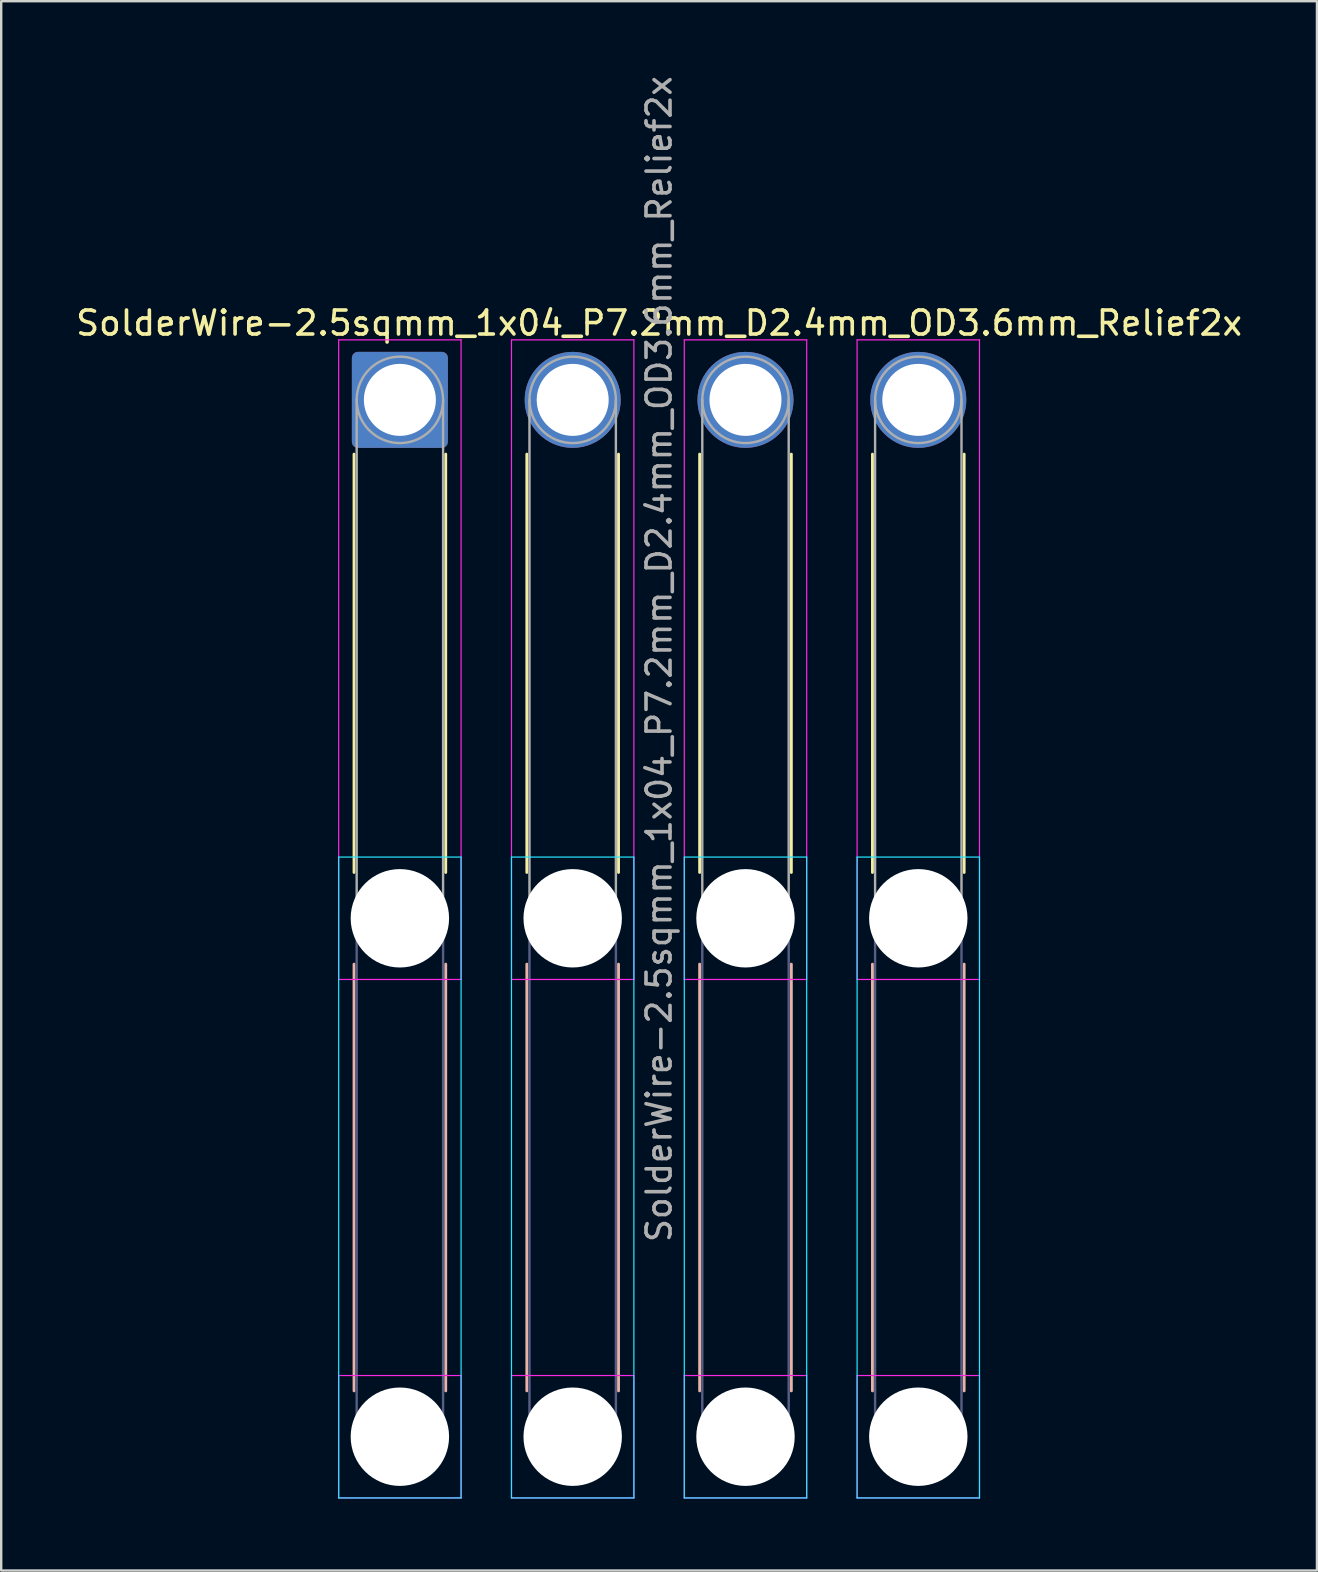
<source format=kicad_pcb>
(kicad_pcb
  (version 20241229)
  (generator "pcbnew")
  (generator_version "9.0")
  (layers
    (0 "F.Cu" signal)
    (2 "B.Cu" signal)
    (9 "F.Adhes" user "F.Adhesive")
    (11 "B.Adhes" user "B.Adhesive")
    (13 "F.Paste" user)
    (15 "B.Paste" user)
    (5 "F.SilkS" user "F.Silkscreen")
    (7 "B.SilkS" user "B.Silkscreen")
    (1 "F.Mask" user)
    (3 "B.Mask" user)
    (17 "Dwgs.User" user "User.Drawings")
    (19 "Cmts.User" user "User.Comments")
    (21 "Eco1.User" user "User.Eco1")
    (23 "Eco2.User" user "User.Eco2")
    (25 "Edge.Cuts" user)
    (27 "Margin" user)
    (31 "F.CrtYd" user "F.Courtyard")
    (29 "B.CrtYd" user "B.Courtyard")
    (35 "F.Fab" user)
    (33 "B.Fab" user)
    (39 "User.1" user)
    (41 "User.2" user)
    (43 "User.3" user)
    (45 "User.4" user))
  (footprint "SolderWire-2.5sqmm_1x04_P7.2mm_D2.4mm_OD3.6mm_Relief2x"
    (layer "F.Cu")
    (at 13.611 13.611)
    (property "Reference" "SolderWire-2.5sqmm_1x04_P7.2mm_D2.4mm_OD3.6mm_Relief2x" (at 10.8 -3.2 0) (layer "F.SilkS") (effects (font (size 1 1) (thickness 0.15))))
    (attr exclude_from_pos_files exclude_from_bom)
    (fp_line (start -1.91 2.26) (end -1.91 19.69) (stroke (width 0.12) (type solid)) (layer "F.SilkS"))
    (fp_line (start 1.91 2.26) (end 1.91 19.69) (stroke (width 0.12) (type solid)) (layer "F.SilkS"))
    (fp_line (start 5.29 2.26) (end 5.29 19.69) (stroke (width 0.12) (type solid)) (layer "F.SilkS"))
    (fp_line (start 9.11 2.26) (end 9.11 19.69) (stroke (width 0.12) (type solid)) (layer "F.SilkS"))
    (fp_line (start 12.49 2.26) (end 12.49 19.69) (stroke (width 0.12) (type solid)) (layer "F.SilkS"))
    (fp_line (start 16.31 2.26) (end 16.31 19.69) (stroke (width 0.12) (type solid)) (layer "F.SilkS"))
    (fp_line (start 19.69 2.26) (end 19.69 19.69) (stroke (width 0.12) (type solid)) (layer "F.SilkS"))
    (fp_line (start 23.51 2.26) (end 23.51 19.69) (stroke (width 0.12) (type solid)) (layer "F.SilkS"))
    (fp_line (start -1.91 23.51) (end -1.91 41.29) (stroke (width 0.12) (type solid)) (layer "B.SilkS"))
    (fp_line (start 1.91 23.51) (end 1.91 41.29) (stroke (width 0.12) (type solid)) (layer "B.SilkS"))
    (fp_line (start 5.29 23.51) (end 5.29 41.29) (stroke (width 0.12) (type solid)) (layer "B.SilkS"))
    (fp_line (start 9.11 23.51) (end 9.11 41.29) (stroke (width 0.12) (type solid)) (layer "B.SilkS"))
    (fp_line (start 12.49 23.51) (end 12.49 41.29) (stroke (width 0.12) (type solid)) (layer "B.SilkS"))
    (fp_line (start 16.31 23.51) (end 16.31 41.29) (stroke (width 0.12) (type solid)) (layer "B.SilkS"))
    (fp_line (start 19.69 23.51) (end 19.69 41.29) (stroke (width 0.12) (type solid)) (layer "B.SilkS"))
    (fp_line (start 23.51 23.51) (end 23.51 41.29) (stroke (width 0.12) (type solid)) (layer "B.SilkS"))
    (fp_line (start -2.55 19.05) (end -2.55 45.75) (stroke (width 0.05) (type solid)) (layer "B.CrtYd"))
    (fp_line (start -2.55 45.75) (end 2.55 45.75) (stroke (width 0.05) (type solid)) (layer "B.CrtYd"))
    (fp_line (start 2.55 19.05) (end -2.55 19.05) (stroke (width 0.05) (type solid)) (layer "B.CrtYd"))
    (fp_line (start 2.55 45.75) (end 2.55 19.05) (stroke (width 0.05) (type solid)) (layer "B.CrtYd"))
    (fp_line (start 4.65 19.05) (end 4.65 45.75) (stroke (width 0.05) (type solid)) (layer "B.CrtYd"))
    (fp_line (start 4.65 45.75) (end 9.75 45.75) (stroke (width 0.05) (type solid)) (layer "B.CrtYd"))
    (fp_line (start 9.75 19.05) (end 4.65 19.05) (stroke (width 0.05) (type solid)) (layer "B.CrtYd"))
    (fp_line (start 9.75 45.75) (end 9.75 19.05) (stroke (width 0.05) (type solid)) (layer "B.CrtYd"))
    (fp_line (start 11.85 19.05) (end 11.85 45.75) (stroke (width 0.05) (type solid)) (layer "B.CrtYd"))
    (fp_line (start 11.85 45.75) (end 16.95 45.75) (stroke (width 0.05) (type solid)) (layer "B.CrtYd"))
    (fp_line (start 16.95 19.05) (end 11.85 19.05) (stroke (width 0.05) (type solid)) (layer "B.CrtYd"))
    (fp_line (start 16.95 45.75) (end 16.95 19.05) (stroke (width 0.05) (type solid)) (layer "B.CrtYd"))
    (fp_line (start 19.05 19.05) (end 19.05 45.75) (stroke (width 0.05) (type solid)) (layer "B.CrtYd"))
    (fp_line (start 19.05 45.75) (end 24.15 45.75) (stroke (width 0.05) (type solid)) (layer "B.CrtYd"))
    (fp_line (start 24.15 19.05) (end 19.05 19.05) (stroke (width 0.05) (type solid)) (layer "B.CrtYd"))
    (fp_line (start 24.15 45.75) (end 24.15 19.05) (stroke (width 0.05) (type solid)) (layer "B.CrtYd"))
    (fp_line (start -2.55 -2.5) (end -2.55 24.15) (stroke (width 0.05) (type solid)) (layer "F.CrtYd"))
    (fp_line (start -2.55 24.15) (end 2.55 24.15) (stroke (width 0.05) (type solid)) (layer "F.CrtYd"))
    (fp_line (start -2.55 40.65) (end -2.55 45.75) (stroke (width 0.05) (type solid)) (layer "F.CrtYd"))
    (fp_line (start -2.55 45.75) (end 2.55 45.75) (stroke (width 0.05) (type solid)) (layer "F.CrtYd"))
    (fp_line (start 2.55 -2.5) (end -2.55 -2.5) (stroke (width 0.05) (type solid)) (layer "F.CrtYd"))
    (fp_line (start 2.55 24.15) (end 2.55 -2.5) (stroke (width 0.05) (type solid)) (layer "F.CrtYd"))
    (fp_line (start 2.55 40.65) (end -2.55 40.65) (stroke (width 0.05) (type solid)) (layer "F.CrtYd"))
    (fp_line (start 2.55 45.75) (end 2.55 40.65) (stroke (width 0.05) (type solid)) (layer "F.CrtYd"))
    (fp_line (start 4.65 -2.5) (end 4.65 24.15) (stroke (width 0.05) (type solid)) (layer "F.CrtYd"))
    (fp_line (start 4.65 24.15) (end 9.75 24.15) (stroke (width 0.05) (type solid)) (layer "F.CrtYd"))
    (fp_line (start 4.65 40.65) (end 4.65 45.75) (stroke (width 0.05) (type solid)) (layer "F.CrtYd"))
    (fp_line (start 4.65 45.75) (end 9.75 45.75) (stroke (width 0.05) (type solid)) (layer "F.CrtYd"))
    (fp_line (start 9.75 -2.5) (end 4.65 -2.5) (stroke (width 0.05) (type solid)) (layer "F.CrtYd"))
    (fp_line (start 9.75 24.15) (end 9.75 -2.5) (stroke (width 0.05) (type solid)) (layer "F.CrtYd"))
    (fp_line (start 9.75 40.65) (end 4.65 40.65) (stroke (width 0.05) (type solid)) (layer "F.CrtYd"))
    (fp_line (start 9.75 45.75) (end 9.75 40.65) (stroke (width 0.05) (type solid)) (layer "F.CrtYd"))
    (fp_line (start 11.85 -2.5) (end 11.85 24.15) (stroke (width 0.05) (type solid)) (layer "F.CrtYd"))
    (fp_line (start 11.85 24.15) (end 16.95 24.15) (stroke (width 0.05) (type solid)) (layer "F.CrtYd"))
    (fp_line (start 11.85 40.65) (end 11.85 45.75) (stroke (width 0.05) (type solid)) (layer "F.CrtYd"))
    (fp_line (start 11.85 45.75) (end 16.95 45.75) (stroke (width 0.05) (type solid)) (layer "F.CrtYd"))
    (fp_line (start 16.95 -2.5) (end 11.85 -2.5) (stroke (width 0.05) (type solid)) (layer "F.CrtYd"))
    (fp_line (start 16.95 24.15) (end 16.95 -2.5) (stroke (width 0.05) (type solid)) (layer "F.CrtYd"))
    (fp_line (start 16.95 40.65) (end 11.85 40.65) (stroke (width 0.05) (type solid)) (layer "F.CrtYd"))
    (fp_line (start 16.95 45.75) (end 16.95 40.65) (stroke (width 0.05) (type solid)) (layer "F.CrtYd"))
    (fp_line (start 19.05 -2.5) (end 19.05 24.15) (stroke (width 0.05) (type solid)) (layer "F.CrtYd"))
    (fp_line (start 19.05 24.15) (end 24.15 24.15) (stroke (width 0.05) (type solid)) (layer "F.CrtYd"))
    (fp_line (start 19.05 40.65) (end 19.05 45.75) (stroke (width 0.05) (type solid)) (layer "F.CrtYd"))
    (fp_line (start 19.05 45.75) (end 24.15 45.75) (stroke (width 0.05) (type solid)) (layer "F.CrtYd"))
    (fp_line (start 24.15 -2.5) (end 19.05 -2.5) (stroke (width 0.05) (type solid)) (layer "F.CrtYd"))
    (fp_line (start 24.15 24.15) (end 24.15 -2.5) (stroke (width 0.05) (type solid)) (layer "F.CrtYd"))
    (fp_line (start 24.15 40.65) (end 19.05 40.65) (stroke (width 0.05) (type solid)) (layer "F.CrtYd"))
    (fp_line (start 24.15 45.75) (end 24.15 40.65) (stroke (width 0.05) (type solid)) (layer "F.CrtYd"))
    (fp_line (start -1.8 21.6) (end -1.8 43.2) (stroke (width 0.1) (type solid)) (layer "B.Fab"))
    (fp_line (start 1.8 21.6) (end 1.8 43.2) (stroke (width 0.1) (type solid)) (layer "B.Fab"))
    (fp_line (start 5.4 21.6) (end 5.4 43.2) (stroke (width 0.1) (type solid)) (layer "B.Fab"))
    (fp_line (start 9 21.6) (end 9 43.2) (stroke (width 0.1) (type solid)) (layer "B.Fab"))
    (fp_line (start 12.6 21.6) (end 12.6 43.2) (stroke (width 0.1) (type solid)) (layer "B.Fab"))
    (fp_line (start 16.2 21.6) (end 16.2 43.2) (stroke (width 0.1) (type solid)) (layer "B.Fab"))
    (fp_line (start 19.8 21.6) (end 19.8 43.2) (stroke (width 0.1) (type solid)) (layer "B.Fab"))
    (fp_line (start 23.4 21.6) (end 23.4 43.2) (stroke (width 0.1) (type solid)) (layer "B.Fab"))
    (fp_circle (center 0 21.6) (end 1.8 21.6) (stroke (width 0.1) (type solid)) (fill no) (layer "B.Fab"))
    (fp_circle (center 0 43.2) (end 1.8 43.2) (stroke (width 0.1) (type solid)) (fill no) (layer "B.Fab"))
    (fp_circle (center 7.2 21.6) (end 9 21.6) (stroke (width 0.1) (type solid)) (fill no) (layer "B.Fab"))
    (fp_circle (center 7.2 43.2) (end 9 43.2) (stroke (width 0.1) (type solid)) (fill no) (layer "B.Fab"))
    (fp_circle (center 14.4 21.6) (end 16.2 21.6) (stroke (width 0.1) (type solid)) (fill no) (layer "B.Fab"))
    (fp_circle (center 14.4 43.2) (end 16.2 43.2) (stroke (width 0.1) (type solid)) (fill no) (layer "B.Fab"))
    (fp_circle (center 21.6 21.6) (end 23.4 21.6) (stroke (width 0.1) (type solid)) (fill no) (layer "B.Fab"))
    (fp_circle (center 21.6 43.2) (end 23.4 43.2) (stroke (width 0.1) (type solid)) (fill no) (layer "B.Fab"))
    (fp_line (start -1.8 0) (end -1.8 21.6) (stroke (width 0.1) (type solid)) (layer "F.Fab"))
    (fp_line (start 1.8 0) (end 1.8 21.6) (stroke (width 0.1) (type solid)) (layer "F.Fab"))
    (fp_line (start 5.4 0) (end 5.4 21.6) (stroke (width 0.1) (type solid)) (layer "F.Fab"))
    (fp_line (start 9 0) (end 9 21.6) (stroke (width 0.1) (type solid)) (layer "F.Fab"))
    (fp_line (start 12.6 0) (end 12.6 21.6) (stroke (width 0.1) (type solid)) (layer "F.Fab"))
    (fp_line (start 16.2 0) (end 16.2 21.6) (stroke (width 0.1) (type solid)) (layer "F.Fab"))
    (fp_line (start 19.8 0) (end 19.8 21.6) (stroke (width 0.1) (type solid)) (layer "F.Fab"))
    (fp_line (start 23.4 0) (end 23.4 21.6) (stroke (width 0.1) (type solid)) (layer "F.Fab"))
    (fp_circle (center 0 0) (end 1.8 0) (stroke (width 0.1) (type solid)) (fill no) (layer "F.Fab"))
    (fp_circle (center 0 21.6) (end 1.8 21.6) (stroke (width 0.1) (type solid)) (fill no) (layer "F.Fab"))
    (fp_circle (center 0 43.2) (end 1.8 43.2) (stroke (width 0.1) (type solid)) (fill no) (layer "F.Fab"))
    (fp_circle (center 7.2 0) (end 9 0) (stroke (width 0.1) (type solid)) (fill no) (layer "F.Fab"))
    (fp_circle (center 7.2 21.6) (end 9 21.6) (stroke (width 0.1) (type solid)) (fill no) (layer "F.Fab"))
    (fp_circle (center 7.2 43.2) (end 9 43.2) (stroke (width 0.1) (type solid)) (fill no) (layer "F.Fab"))
    (fp_circle (center 14.4 0) (end 16.2 0) (stroke (width 0.1) (type solid)) (fill no) (layer "F.Fab"))
    (fp_circle (center 14.4 21.6) (end 16.2 21.6) (stroke (width 0.1) (type solid)) (fill no) (layer "F.Fab"))
    (fp_circle (center 14.4 43.2) (end 16.2 43.2) (stroke (width 0.1) (type solid)) (fill no) (layer "F.Fab"))
    (fp_circle (center 21.6 0) (end 23.4 0) (stroke (width 0.1) (type solid)) (fill no) (layer "F.Fab"))
    (fp_circle (center 21.6 21.6) (end 23.4 21.6) (stroke (width 0.1) (type solid)) (fill no) (layer "F.Fab"))
    (fp_circle (center 21.6 43.2) (end 23.4 43.2) (stroke (width 0.1) (type solid)) (fill no) (layer "F.Fab"))
    (fp_text user "${REFERENCE}" (at 10.8 10.8 90) (layer "F.Fab") (effects (font (size 1 1) (thickness 0.15))))
    (pad "" np_thru_hole circle (at 0 21.6) (size 4.1 4.1) (drill 4.1) (layers "*.Cu" "*.Mask"))
    (pad "" np_thru_hole circle (at 0 43.2) (size 4.1 4.1) (drill 4.1) (layers "*.Cu" "*.Mask"))
    (pad "" np_thru_hole circle (at 7.2 21.6) (size 4.1 4.1) (drill 4.1) (layers "*.Cu" "*.Mask"))
    (pad "" np_thru_hole circle (at 7.2 43.2) (size 4.1 4.1) (drill 4.1) (layers "*.Cu" "*.Mask"))
    (pad "" np_thru_hole circle (at 14.4 21.6) (size 4.1 4.1) (drill 4.1) (layers "*.Cu" "*.Mask"))
    (pad "" np_thru_hole circle (at 14.4 43.2) (size 4.1 4.1) (drill 4.1) (layers "*.Cu" "*.Mask"))
    (pad "" np_thru_hole circle (at 21.6 21.6) (size 4.1 4.1) (drill 4.1) (layers "*.Cu" "*.Mask"))
    (pad "" np_thru_hole circle (at 21.6 43.2) (size 4.1 4.1) (drill 4.1) (layers "*.Cu" "*.Mask"))
    (pad "1" thru_hole roundrect (at 0 0) (size 4 4) (drill 3) (layers "*.Cu" "*.Mask") (roundrect_rratio 0.062))
    (pad "2" thru_hole circle (at 7.2 0) (size 4 4) (drill 3) (layers "*.Cu" "*.Mask"))
    (pad "3" thru_hole circle (at 14.4 0) (size 4 4) (drill 3) (layers "*.Cu" "*.Mask"))
    (pad "4" thru_hole circle (at 21.6 0) (size 4 4) (drill 3) (layers "*.Cu" "*.Mask")))
  (gr_rect
    (start -3 -3)
    (end 51.821 62.386)
    (stroke (width 0.1) (type default))
    (fill no)
    (layer "Edge.Cuts")))
</source>
